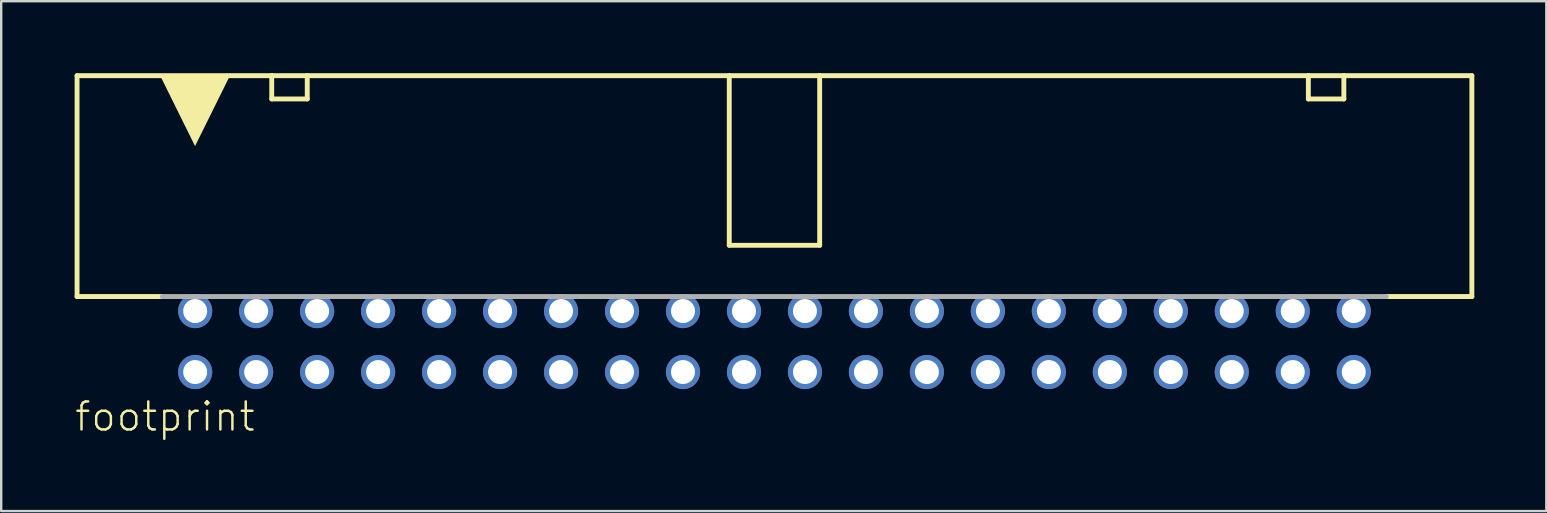
<source format=kicad_pcb>
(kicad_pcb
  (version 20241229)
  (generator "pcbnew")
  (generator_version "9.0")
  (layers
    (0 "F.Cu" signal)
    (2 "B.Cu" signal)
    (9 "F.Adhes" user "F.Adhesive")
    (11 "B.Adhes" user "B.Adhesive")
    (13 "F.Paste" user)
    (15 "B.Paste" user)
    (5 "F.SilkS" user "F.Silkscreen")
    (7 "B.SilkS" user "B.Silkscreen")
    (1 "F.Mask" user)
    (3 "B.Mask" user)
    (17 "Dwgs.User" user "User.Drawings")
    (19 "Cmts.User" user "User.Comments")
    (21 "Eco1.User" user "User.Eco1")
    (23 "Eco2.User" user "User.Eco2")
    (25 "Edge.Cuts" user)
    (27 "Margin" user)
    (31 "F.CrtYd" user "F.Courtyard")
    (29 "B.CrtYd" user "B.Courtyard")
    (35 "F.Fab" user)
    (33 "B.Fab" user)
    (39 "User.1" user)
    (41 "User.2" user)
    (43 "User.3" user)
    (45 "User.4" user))
  (footprint "footprint"
    (layer "F.Cu")
    (at 29.21 11.177)
    (property "Reference" "footprint" (at -29.21 3.81 0) (layer "F.SilkS") (effects (font (size 1.168 1.168) (thickness 0.102)) (justify left bottom)))
    (fp_line (start -29.05 -11.075) (end -29.05 -1.875) (stroke (width 0.203) (type solid)) (layer "F.SilkS"))
    (fp_line (start -25.506 -1.875) (end -29.05 -1.875) (stroke (width 0.203) (type solid)) (layer "F.SilkS"))
    (fp_line (start -20.941 -11.075) (end -29.05 -11.075) (stroke (width 0.203) (type solid)) (layer "F.SilkS"))
    (fp_line (start -20.941 -11.075) (end -19.462 -11.075) (stroke (width 0.203) (type solid)) (layer "F.SilkS"))
    (fp_line (start -20.941 -10.105) (end -20.941 -11.075) (stroke (width 0.203) (type solid)) (layer "F.SilkS"))
    (fp_line (start -19.462 -11.075) (end -19.462 -10.105) (stroke (width 0.203) (type solid)) (layer "F.SilkS"))
    (fp_line (start -19.462 -10.105) (end -20.941 -10.105) (stroke (width 0.203) (type solid)) (layer "F.SilkS"))
    (fp_line (start -1.883 -11.075) (end -19.462 -11.075) (stroke (width 0.203) (type solid)) (layer "F.SilkS"))
    (fp_line (start -1.883 -4.01) (end -1.883 -11.075) (stroke (width 0.203) (type solid)) (layer "F.SilkS"))
    (fp_line (start 1.883 -11.075) (end -1.883 -11.075) (stroke (width 0.203) (type solid)) (layer "F.SilkS"))
    (fp_line (start 1.883 -11.075) (end 1.883 -4.01) (stroke (width 0.203) (type solid)) (layer "F.SilkS"))
    (fp_line (start 1.883 -4.01) (end -1.883 -4.01) (stroke (width 0.203) (type solid)) (layer "F.SilkS"))
    (fp_line (start 22.239 -11.075) (end 1.883 -11.075) (stroke (width 0.203) (type solid)) (layer "F.SilkS"))
    (fp_line (start 22.239 -11.075) (end 23.718 -11.075) (stroke (width 0.203) (type solid)) (layer "F.SilkS"))
    (fp_line (start 22.239 -10.105) (end 22.239 -11.075) (stroke (width 0.203) (type solid)) (layer "F.SilkS"))
    (fp_line (start 23.718 -11.075) (end 23.718 -10.105) (stroke (width 0.203) (type solid)) (layer "F.SilkS"))
    (fp_line (start 23.718 -10.105) (end 22.239 -10.105) (stroke (width 0.203) (type solid)) (layer "F.SilkS"))
    (fp_line (start 29.05 -11.075) (end 23.718 -11.075) (stroke (width 0.203) (type solid)) (layer "F.SilkS"))
    (fp_line (start 29.05 -1.875) (end 25.493 -1.875) (stroke (width 0.203) (type solid)) (layer "F.SilkS"))
    (fp_line (start 29.05 -1.875) (end 29.05 -11.075) (stroke (width 0.203) (type solid)) (layer "F.SilkS"))
    (fp_poly (pts (xy -24.135 -8.141) (xy -25.574 -11.047) (xy -22.696 -11.047)) (stroke (width 0) (type solid)) (fill yes) (layer "F.SilkS"))
    (fp_line (start 25.489 -1.875) (end -25.502 -1.875) (stroke (width 0.203) (type solid)) (layer "F.Fab"))
    (pad "1" thru_hole circle (at -24.13 1.27) (size 1.422 1.422) (drill 1) (layers "*.Cu" "*.Mask"))
    (pad "2" thru_hole circle (at -24.13 -1.27) (size 1.422 1.422) (drill 1) (layers "*.Cu" "*.Mask"))
    (pad "3" thru_hole circle (at -21.59 1.27) (size 1.422 1.422) (drill 1) (layers "*.Cu" "*.Mask"))
    (pad "4" thru_hole circle (at -21.59 -1.27) (size 1.422 1.422) (drill 1) (layers "*.Cu" "*.Mask"))
    (pad "5" thru_hole circle (at -19.05 1.27) (size 1.422 1.422) (drill 1) (layers "*.Cu" "*.Mask"))
    (pad "6" thru_hole circle (at -19.05 -1.27) (size 1.422 1.422) (drill 1) (layers "*.Cu" "*.Mask"))
    (pad "7" thru_hole circle (at -16.51 1.27) (size 1.422 1.422) (drill 1) (layers "*.Cu" "*.Mask"))
    (pad "8" thru_hole circle (at -16.51 -1.27) (size 1.422 1.422) (drill 1) (layers "*.Cu" "*.Mask"))
    (pad "9" thru_hole circle (at -13.97 1.27) (size 1.422 1.422) (drill 1) (layers "*.Cu" "*.Mask"))
    (pad "10" thru_hole circle (at -13.97 -1.27) (size 1.422 1.422) (drill 1) (layers "*.Cu" "*.Mask"))
    (pad "11" thru_hole circle (at -11.43 1.27) (size 1.422 1.422) (drill 1) (layers "*.Cu" "*.Mask"))
    (pad "12" thru_hole circle (at -11.43 -1.27) (size 1.422 1.422) (drill 1) (layers "*.Cu" "*.Mask"))
    (pad "13" thru_hole circle (at -8.89 1.27) (size 1.422 1.422) (drill 1) (layers "*.Cu" "*.Mask"))
    (pad "14" thru_hole circle (at -8.89 -1.27) (size 1.422 1.422) (drill 1) (layers "*.Cu" "*.Mask"))
    (pad "15" thru_hole circle (at -6.35 1.27) (size 1.422 1.422) (drill 1) (layers "*.Cu" "*.Mask"))
    (pad "16" thru_hole circle (at -6.35 -1.27) (size 1.422 1.422) (drill 1) (layers "*.Cu" "*.Mask"))
    (pad "17" thru_hole circle (at -3.81 1.27) (size 1.422 1.422) (drill 1) (layers "*.Cu" "*.Mask"))
    (pad "18" thru_hole circle (at -3.81 -1.27) (size 1.422 1.422) (drill 1) (layers "*.Cu" "*.Mask"))
    (pad "19" thru_hole circle (at -1.27 1.27) (size 1.422 1.422) (drill 1) (layers "*.Cu" "*.Mask"))
    (pad "20" thru_hole circle (at -1.27 -1.27) (size 1.422 1.422) (drill 1) (layers "*.Cu" "*.Mask"))
    (pad "21" thru_hole circle (at 1.27 1.27) (size 1.422 1.422) (drill 1) (layers "*.Cu" "*.Mask"))
    (pad "22" thru_hole circle (at 1.27 -1.27) (size 1.422 1.422) (drill 1) (layers "*.Cu" "*.Mask"))
    (pad "23" thru_hole circle (at 3.81 1.27) (size 1.422 1.422) (drill 1) (layers "*.Cu" "*.Mask"))
    (pad "24" thru_hole circle (at 3.81 -1.27) (size 1.422 1.422) (drill 1) (layers "*.Cu" "*.Mask"))
    (pad "25" thru_hole circle (at 6.35 1.27) (size 1.422 1.422) (drill 1) (layers "*.Cu" "*.Mask"))
    (pad "26" thru_hole circle (at 6.35 -1.27) (size 1.422 1.422) (drill 1) (layers "*.Cu" "*.Mask"))
    (pad "27" thru_hole circle (at 8.89 1.27) (size 1.422 1.422) (drill 1) (layers "*.Cu" "*.Mask"))
    (pad "28" thru_hole circle (at 8.89 -1.27) (size 1.422 1.422) (drill 1) (layers "*.Cu" "*.Mask"))
    (pad "29" thru_hole circle (at 11.43 1.27) (size 1.422 1.422) (drill 1) (layers "*.Cu" "*.Mask"))
    (pad "30" thru_hole circle (at 11.43 -1.27) (size 1.422 1.422) (drill 1) (layers "*.Cu" "*.Mask"))
    (pad "31" thru_hole circle (at 13.97 1.27) (size 1.422 1.422) (drill 1) (layers "*.Cu" "*.Mask"))
    (pad "32" thru_hole circle (at 13.97 -1.27) (size 1.422 1.422) (drill 1) (layers "*.Cu" "*.Mask"))
    (pad "33" thru_hole circle (at 16.51 1.27) (size 1.422 1.422) (drill 1) (layers "*.Cu" "*.Mask"))
    (pad "34" thru_hole circle (at 16.51 -1.27) (size 1.422 1.422) (drill 1) (layers "*.Cu" "*.Mask"))
    (pad "35" thru_hole circle (at 19.05 1.27) (size 1.422 1.422) (drill 1) (layers "*.Cu" "*.Mask"))
    (pad "36" thru_hole circle (at 19.05 -1.27) (size 1.422 1.422) (drill 1) (layers "*.Cu" "*.Mask"))
    (pad "37" thru_hole circle (at 21.59 1.27) (size 1.422 1.422) (drill 1) (layers "*.Cu" "*.Mask"))
    (pad "38" thru_hole circle (at 21.59 -1.27) (size 1.422 1.422) (drill 1) (layers "*.Cu" "*.Mask"))
    (pad "39" thru_hole circle (at 24.13 1.27) (size 1.422 1.422) (drill 1) (layers "*.Cu" "*.Mask"))
    (pad "40" thru_hole circle (at 24.13 -1.27) (size 1.422 1.422) (drill 1) (layers "*.Cu" "*.Mask")))
  (gr_rect
    (start -3 -3)
    (end 61.362 18.237)
    (stroke (width 0.1) (type default))
    (fill no)
    (layer "Edge.Cuts")))
</source>
